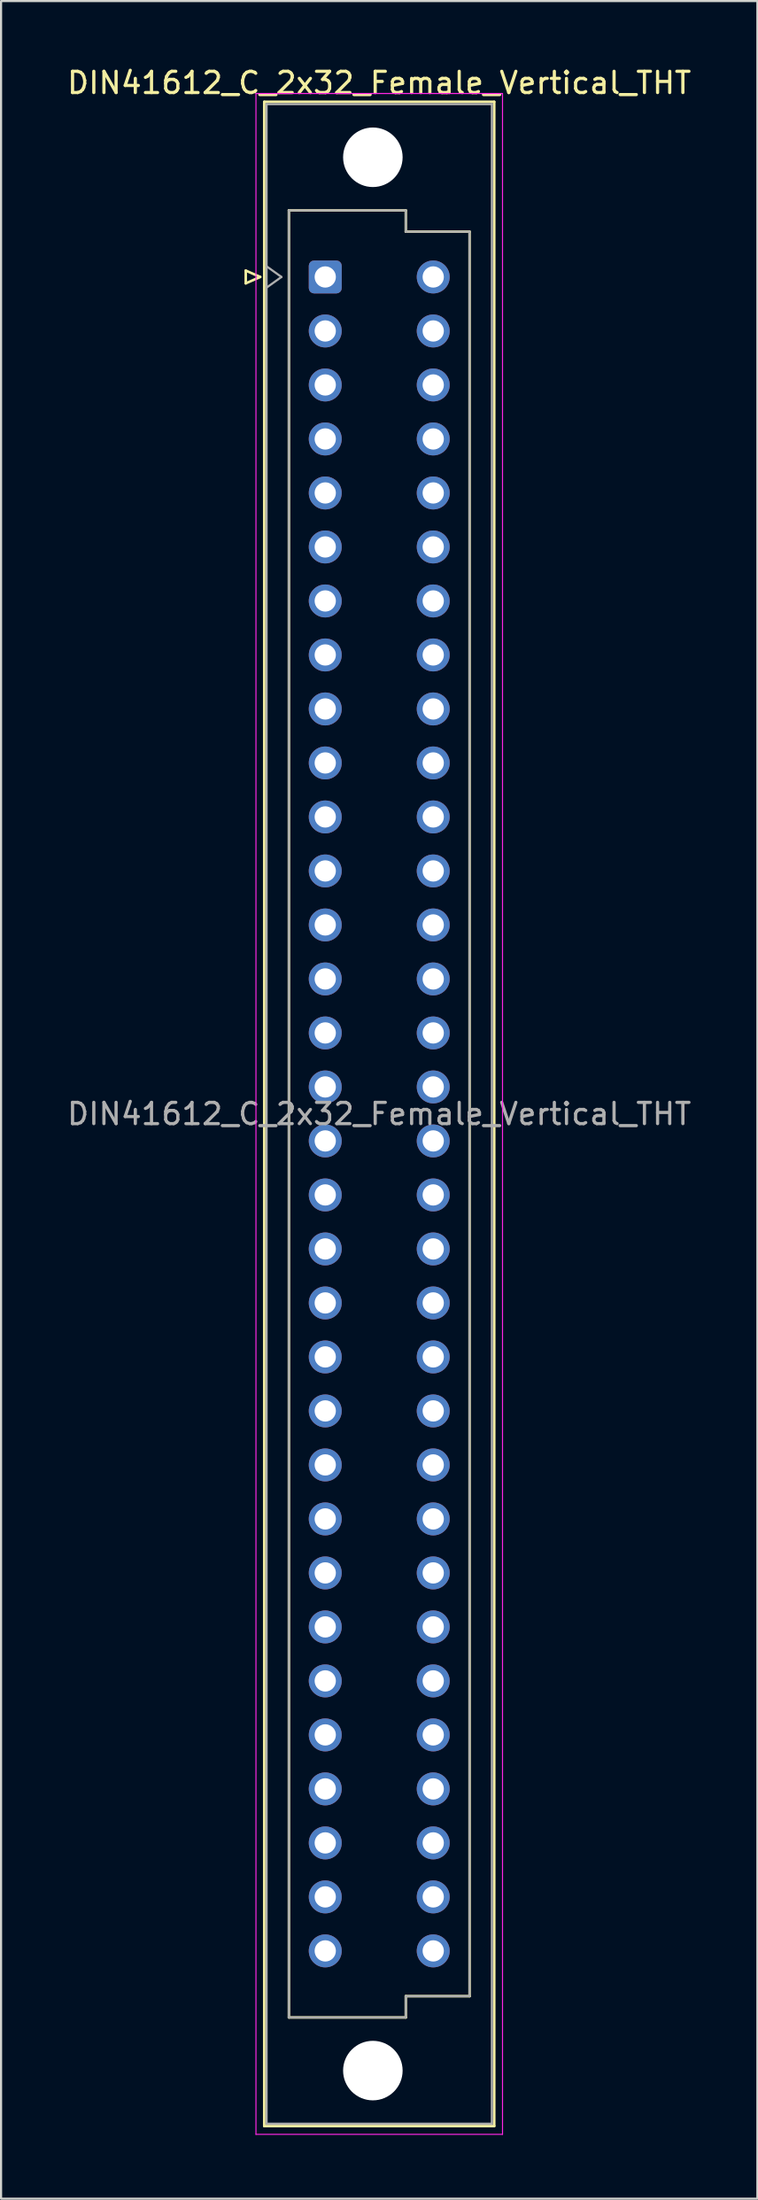
<source format=kicad_pcb>
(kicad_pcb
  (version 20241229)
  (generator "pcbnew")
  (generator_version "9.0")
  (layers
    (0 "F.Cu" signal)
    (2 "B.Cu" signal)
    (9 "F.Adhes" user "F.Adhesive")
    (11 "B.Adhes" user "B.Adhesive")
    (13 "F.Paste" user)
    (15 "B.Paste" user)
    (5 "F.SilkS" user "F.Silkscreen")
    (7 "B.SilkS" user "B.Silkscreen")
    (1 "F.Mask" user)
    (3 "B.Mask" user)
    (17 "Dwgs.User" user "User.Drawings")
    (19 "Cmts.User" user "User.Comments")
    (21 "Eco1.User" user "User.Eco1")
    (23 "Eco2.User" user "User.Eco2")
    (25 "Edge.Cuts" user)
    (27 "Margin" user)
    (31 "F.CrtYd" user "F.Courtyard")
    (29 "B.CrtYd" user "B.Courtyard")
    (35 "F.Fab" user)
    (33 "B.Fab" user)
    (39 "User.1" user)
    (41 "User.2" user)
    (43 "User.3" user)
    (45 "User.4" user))
  (footprint "DIN41612_C_2x32_Female_Vertical_THT"
    (layer "F.Cu")
    (at 12.252 9.978)
    (property "Reference" "DIN41612_C_2x32_Female_Vertical_THT" (at 2.54 -9.13 0) (layer "F.SilkS") (effects (font (size 1 1) (thickness 0.15))))
    (attr through_hole)
    (fp_line (start -3.74 -0.3) (end -3.74 0.3) (stroke (width 0.12) (type solid)) (layer "F.SilkS"))
    (fp_line (start -3.74 0.3) (end -3.06 0) (stroke (width 0.12) (type solid)) (layer "F.SilkS"))
    (fp_line (start -3.06 0) (end -3.74 -0.3) (stroke (width 0.12) (type solid)) (layer "F.SilkS"))
    (fp_line (start -2.87 -8.24) (end 7.95 -8.24) (stroke (width 0.12) (type solid)) (layer "F.SilkS"))
    (fp_line (start -2.87 86.98) (end -2.87 -8.24) (stroke (width 0.12) (type solid)) (layer "F.SilkS"))
    (fp_line (start -1.71 -3.131) (end 3.79 -3.131) (stroke (width 0.12) (type solid)) (layer "F.SilkS"))
    (fp_line (start -1.71 81.87) (end -1.71 -3.131) (stroke (width 0.12) (type solid)) (layer "F.SilkS"))
    (fp_line (start 3.79 -3.131) (end 3.79 -2.131) (stroke (width 0.12) (type solid)) (layer "F.SilkS"))
    (fp_line (start 3.79 -2.131) (end 6.79 -2.131) (stroke (width 0.12) (type solid)) (layer "F.SilkS"))
    (fp_line (start 3.79 80.87) (end 3.79 81.87) (stroke (width 0.12) (type solid)) (layer "F.SilkS"))
    (fp_line (start 3.79 81.87) (end -1.71 81.87) (stroke (width 0.12) (type solid)) (layer "F.SilkS"))
    (fp_line (start 6.79 -2.131) (end 6.79 80.87) (stroke (width 0.12) (type solid)) (layer "F.SilkS"))
    (fp_line (start 6.79 80.87) (end 3.79 80.87) (stroke (width 0.12) (type solid)) (layer "F.SilkS"))
    (fp_line (start 7.95 -8.24) (end 7.95 86.98) (stroke (width 0.12) (type solid)) (layer "F.SilkS"))
    (fp_line (start 7.95 86.98) (end -2.87 86.98) (stroke (width 0.12) (type solid)) (layer "F.SilkS"))
    (fp_line (start -3.26 -8.63) (end 8.34 -8.63) (stroke (width 0.05) (type solid)) (layer "F.CrtYd"))
    (fp_line (start -3.26 87.37) (end -3.26 -8.63) (stroke (width 0.05) (type solid)) (layer "F.CrtYd"))
    (fp_line (start 8.34 -8.63) (end 8.34 87.37) (stroke (width 0.05) (type solid)) (layer "F.CrtYd"))
    (fp_line (start 8.34 87.37) (end -3.26 87.37) (stroke (width 0.05) (type solid)) (layer "F.CrtYd"))
    (fp_line (start -2.76 -8.13) (end 7.84 -8.13) (stroke (width 0.1) (type solid)) (layer "F.Fab"))
    (fp_line (start -2.76 -0.5) (end -2.06 0) (stroke (width 0.1) (type solid)) (layer "F.Fab"))
    (fp_line (start -2.76 86.87) (end -2.76 -8.13) (stroke (width 0.1) (type solid)) (layer "F.Fab"))
    (fp_line (start -2.06 0) (end -2.76 0.5) (stroke (width 0.1) (type solid)) (layer "F.Fab"))
    (fp_line (start -1.71 -3.13) (end 3.79 -3.13) (stroke (width 0.1) (type solid)) (layer "F.Fab"))
    (fp_line (start -1.71 81.87) (end -1.71 -3.13) (stroke (width 0.1) (type solid)) (layer "F.Fab"))
    (fp_line (start 3.79 -3.13) (end 3.79 -2.13) (stroke (width 0.1) (type solid)) (layer "F.Fab"))
    (fp_line (start 3.79 -2.13) (end 6.79 -2.13) (stroke (width 0.1) (type solid)) (layer "F.Fab"))
    (fp_line (start 3.79 80.87) (end 3.79 81.87) (stroke (width 0.1) (type solid)) (layer "F.Fab"))
    (fp_line (start 3.79 81.87) (end -1.71 81.87) (stroke (width 0.1) (type solid)) (layer "F.Fab"))
    (fp_line (start 6.79 -2.13) (end 6.79 80.87) (stroke (width 0.1) (type solid)) (layer "F.Fab"))
    (fp_line (start 6.79 80.87) (end 3.79 80.87) (stroke (width 0.1) (type solid)) (layer "F.Fab"))
    (fp_line (start 7.84 -8.13) (end 7.84 86.87) (stroke (width 0.1) (type solid)) (layer "F.Fab"))
    (fp_line (start 7.84 86.87) (end -2.76 86.87) (stroke (width 0.1) (type solid)) (layer "F.Fab"))
    (fp_text user "${REFERENCE}" (at 2.54 39.37 0) (layer "F.Fab") (effects (font (size 1 1) (thickness 0.15))))
    (pad "" np_thru_hole circle (at 2.24 -5.63) (size 2.8 2.8) (drill 2.8) (layers "*.Cu" "*.Mask"))
    (pad "" np_thru_hole circle (at 2.24 84.37) (size 2.8 2.8) (drill 2.8) (layers "*.Cu" "*.Mask"))
    (pad "a0" thru_hole roundrect (at 0 0) (size 1.55 1.55) (drill 1) (layers "*.Cu" "*.Mask") (roundrect_rratio 0.161))
    (pad "a1" thru_hole circle (at 0 2.54) (size 1.55 1.55) (drill 1) (layers "*.Cu" "*.Mask"))
    (pad "a2" thru_hole circle (at 0 5.08) (size 1.55 1.55) (drill 1) (layers "*.Cu" "*.Mask"))
    (pad "a3" thru_hole circle (at 0 7.62) (size 1.55 1.55) (drill 1) (layers "*.Cu" "*.Mask"))
    (pad "a4" thru_hole circle (at 0 10.16) (size 1.55 1.55) (drill 1) (layers "*.Cu" "*.Mask"))
    (pad "a5" thru_hole circle (at 0 12.7) (size 1.55 1.55) (drill 1) (layers "*.Cu" "*.Mask"))
    (pad "a6" thru_hole circle (at 0 15.24) (size 1.55 1.55) (drill 1) (layers "*.Cu" "*.Mask"))
    (pad "a7" thru_hole circle (at 0 17.78) (size 1.55 1.55) (drill 1) (layers "*.Cu" "*.Mask"))
    (pad "a8" thru_hole circle (at 0 20.32) (size 1.55 1.55) (drill 1) (layers "*.Cu" "*.Mask"))
    (pad "a9" thru_hole circle (at 0 22.86) (size 1.55 1.55) (drill 1) (layers "*.Cu" "*.Mask"))
    (pad "a10" thru_hole circle (at 0 25.4) (size 1.55 1.55) (drill 1) (layers "*.Cu" "*.Mask"))
    (pad "a11" thru_hole circle (at 0 27.94) (size 1.55 1.55) (drill 1) (layers "*.Cu" "*.Mask"))
    (pad "a12" thru_hole circle (at 0 30.48) (size 1.55 1.55) (drill 1) (layers "*.Cu" "*.Mask"))
    (pad "a13" thru_hole circle (at 0 33.02) (size 1.55 1.55) (drill 1) (layers "*.Cu" "*.Mask"))
    (pad "a14" thru_hole circle (at 0 35.56) (size 1.55 1.55) (drill 1) (layers "*.Cu" "*.Mask"))
    (pad "a15" thru_hole circle (at 0 38.1) (size 1.55 1.55) (drill 1) (layers "*.Cu" "*.Mask"))
    (pad "a16" thru_hole circle (at 0 40.64) (size 1.55 1.55) (drill 1) (layers "*.Cu" "*.Mask"))
    (pad "a17" thru_hole circle (at 0 43.18) (size 1.55 1.55) (drill 1) (layers "*.Cu" "*.Mask"))
    (pad "a18" thru_hole circle (at 0 45.72) (size 1.55 1.55) (drill 1) (layers "*.Cu" "*.Mask"))
    (pad "a19" thru_hole circle (at 0 48.26) (size 1.55 1.55) (drill 1) (layers "*.Cu" "*.Mask"))
    (pad "a20" thru_hole circle (at 0 50.8) (size 1.55 1.55) (drill 1) (layers "*.Cu" "*.Mask"))
    (pad "a21" thru_hole circle (at 0 53.34) (size 1.55 1.55) (drill 1) (layers "*.Cu" "*.Mask"))
    (pad "a22" thru_hole circle (at 0 55.88) (size 1.55 1.55) (drill 1) (layers "*.Cu" "*.Mask"))
    (pad "a23" thru_hole circle (at 0 58.42) (size 1.55 1.55) (drill 1) (layers "*.Cu" "*.Mask"))
    (pad "a24" thru_hole circle (at 0 60.96) (size 1.55 1.55) (drill 1) (layers "*.Cu" "*.Mask"))
    (pad "a25" thru_hole circle (at 0 63.5) (size 1.55 1.55) (drill 1) (layers "*.Cu" "*.Mask"))
    (pad "a26" thru_hole circle (at 0 66.04) (size 1.55 1.55) (drill 1) (layers "*.Cu" "*.Mask"))
    (pad "a27" thru_hole circle (at 0 68.58) (size 1.55 1.55) (drill 1) (layers "*.Cu" "*.Mask"))
    (pad "a28" thru_hole circle (at 0 71.12) (size 1.55 1.55) (drill 1) (layers "*.Cu" "*.Mask"))
    (pad "a29" thru_hole circle (at 0 73.66) (size 1.55 1.55) (drill 1) (layers "*.Cu" "*.Mask"))
    (pad "a30" thru_hole circle (at 0 76.2) (size 1.55 1.55) (drill 1) (layers "*.Cu" "*.Mask"))
    (pad "a31" thru_hole circle (at 0 78.74) (size 1.55 1.55) (drill 1) (layers "*.Cu" "*.Mask"))
    (pad "c0" thru_hole circle (at 5.08 0) (size 1.55 1.55) (drill 1) (layers "*.Cu" "*.Mask"))
    (pad "c1" thru_hole circle (at 5.08 2.54) (size 1.55 1.55) (drill 1) (layers "*.Cu" "*.Mask"))
    (pad "c2" thru_hole circle (at 5.08 5.08) (size 1.55 1.55) (drill 1) (layers "*.Cu" "*.Mask"))
    (pad "c3" thru_hole circle (at 5.08 7.62) (size 1.55 1.55) (drill 1) (layers "*.Cu" "*.Mask"))
    (pad "c4" thru_hole circle (at 5.08 10.16) (size 1.55 1.55) (drill 1) (layers "*.Cu" "*.Mask"))
    (pad "c5" thru_hole circle (at 5.08 12.7) (size 1.55 1.55) (drill 1) (layers "*.Cu" "*.Mask"))
    (pad "c6" thru_hole circle (at 5.08 15.24) (size 1.55 1.55) (drill 1) (layers "*.Cu" "*.Mask"))
    (pad "c7" thru_hole circle (at 5.08 17.78) (size 1.55 1.55) (drill 1) (layers "*.Cu" "*.Mask"))
    (pad "c8" thru_hole circle (at 5.08 20.32) (size 1.55 1.55) (drill 1) (layers "*.Cu" "*.Mask"))
    (pad "c9" thru_hole circle (at 5.08 22.86) (size 1.55 1.55) (drill 1) (layers "*.Cu" "*.Mask"))
    (pad "c10" thru_hole circle (at 5.08 25.4) (size 1.55 1.55) (drill 1) (layers "*.Cu" "*.Mask"))
    (pad "c11" thru_hole circle (at 5.08 27.94) (size 1.55 1.55) (drill 1) (layers "*.Cu" "*.Mask"))
    (pad "c12" thru_hole circle (at 5.08 30.48) (size 1.55 1.55) (drill 1) (layers "*.Cu" "*.Mask"))
    (pad "c13" thru_hole circle (at 5.08 33.02) (size 1.55 1.55) (drill 1) (layers "*.Cu" "*.Mask"))
    (pad "c14" thru_hole circle (at 5.08 35.56) (size 1.55 1.55) (drill 1) (layers "*.Cu" "*.Mask"))
    (pad "c15" thru_hole circle (at 5.08 38.1) (size 1.55 1.55) (drill 1) (layers "*.Cu" "*.Mask"))
    (pad "c16" thru_hole circle (at 5.08 40.64) (size 1.55 1.55) (drill 1) (layers "*.Cu" "*.Mask"))
    (pad "c17" thru_hole circle (at 5.08 43.18) (size 1.55 1.55) (drill 1) (layers "*.Cu" "*.Mask"))
    (pad "c18" thru_hole circle (at 5.08 45.72) (size 1.55 1.55) (drill 1) (layers "*.Cu" "*.Mask"))
    (pad "c19" thru_hole circle (at 5.08 48.26) (size 1.55 1.55) (drill 1) (layers "*.Cu" "*.Mask"))
    (pad "c20" thru_hole circle (at 5.08 50.8) (size 1.55 1.55) (drill 1) (layers "*.Cu" "*.Mask"))
    (pad "c21" thru_hole circle (at 5.08 53.34) (size 1.55 1.55) (drill 1) (layers "*.Cu" "*.Mask"))
    (pad "c22" thru_hole circle (at 5.08 55.88) (size 1.55 1.55) (drill 1) (layers "*.Cu" "*.Mask"))
    (pad "c23" thru_hole circle (at 5.08 58.42) (size 1.55 1.55) (drill 1) (layers "*.Cu" "*.Mask"))
    (pad "c24" thru_hole circle (at 5.08 60.96) (size 1.55 1.55) (drill 1) (layers "*.Cu" "*.Mask"))
    (pad "c25" thru_hole circle (at 5.08 63.5) (size 1.55 1.55) (drill 1) (layers "*.Cu" "*.Mask"))
    (pad "c26" thru_hole circle (at 5.08 66.04) (size 1.55 1.55) (drill 1) (layers "*.Cu" "*.Mask"))
    (pad "c27" thru_hole circle (at 5.08 68.58) (size 1.55 1.55) (drill 1) (layers "*.Cu" "*.Mask"))
    (pad "c28" thru_hole circle (at 5.08 71.12) (size 1.55 1.55) (drill 1) (layers "*.Cu" "*.Mask"))
    (pad "c29" thru_hole circle (at 5.08 73.66) (size 1.55 1.55) (drill 1) (layers "*.Cu" "*.Mask"))
    (pad "c30" thru_hole circle (at 5.08 76.2) (size 1.55 1.55) (drill 1) (layers "*.Cu" "*.Mask"))
    (pad "c31" thru_hole circle (at 5.08 78.74) (size 1.55 1.55) (drill 1) (layers "*.Cu" "*.Mask")))
  (gr_rect
    (start -3 -3)
    (end 32.583 100.373)
    (stroke (width 0.1) (type default))
    (fill no)
    (layer "Edge.Cuts")))
</source>
